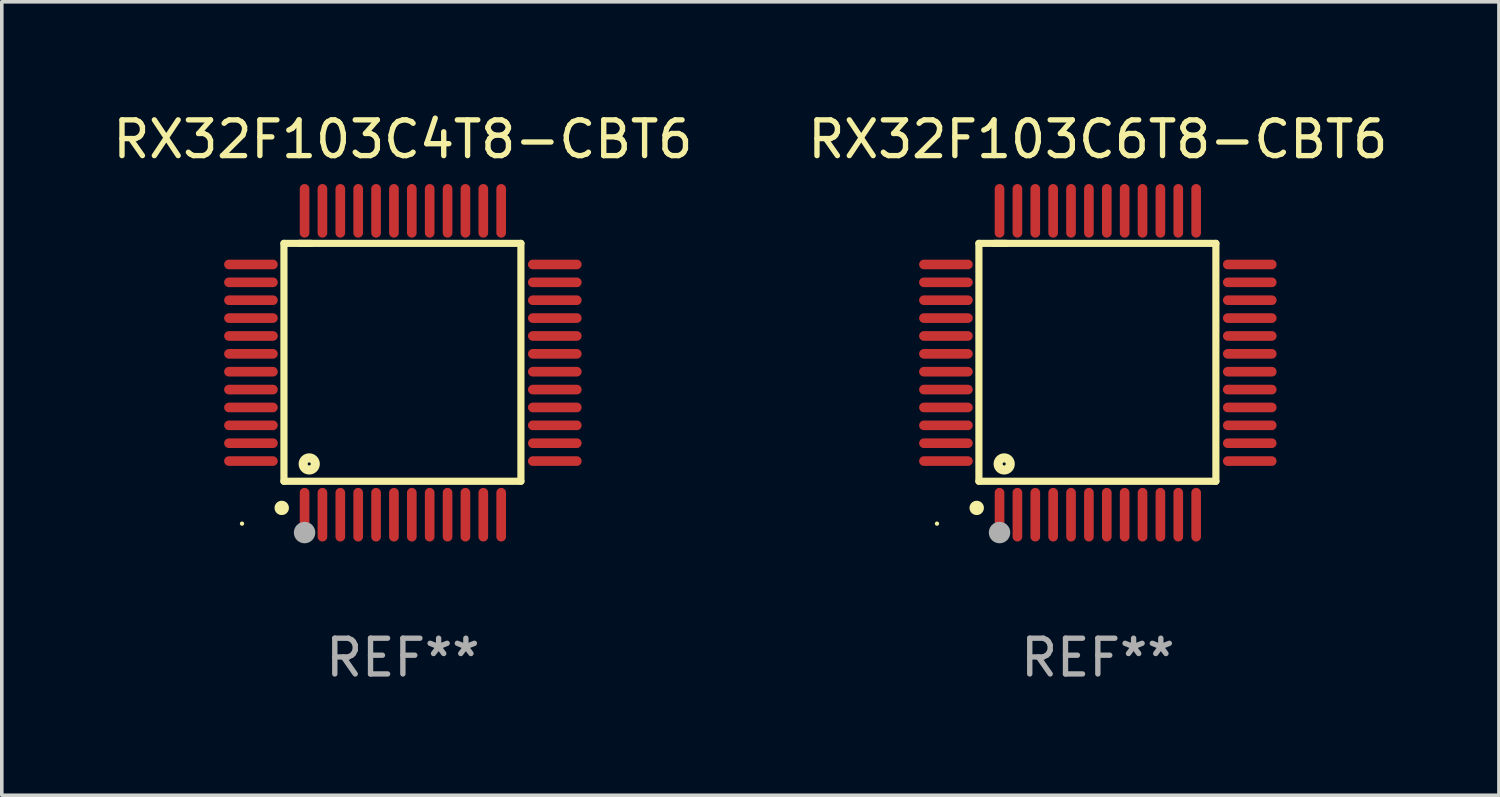
<source format=kicad_pcb>
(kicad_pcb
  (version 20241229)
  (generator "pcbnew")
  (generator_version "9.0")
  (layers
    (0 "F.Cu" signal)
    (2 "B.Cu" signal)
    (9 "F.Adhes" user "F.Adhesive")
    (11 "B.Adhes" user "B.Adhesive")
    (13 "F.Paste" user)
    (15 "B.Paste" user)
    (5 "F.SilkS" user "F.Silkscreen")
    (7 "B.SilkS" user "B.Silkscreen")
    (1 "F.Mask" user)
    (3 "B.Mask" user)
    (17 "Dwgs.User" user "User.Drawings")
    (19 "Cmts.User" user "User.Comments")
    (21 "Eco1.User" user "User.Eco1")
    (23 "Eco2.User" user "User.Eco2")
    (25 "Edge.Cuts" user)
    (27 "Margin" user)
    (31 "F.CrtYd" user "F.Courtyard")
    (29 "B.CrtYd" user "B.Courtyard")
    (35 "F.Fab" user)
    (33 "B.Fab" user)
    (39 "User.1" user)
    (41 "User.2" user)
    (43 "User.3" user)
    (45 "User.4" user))
  (footprint "RX32F103C4T8-CBT6"
    (layer "F.Cu")
    (at 8.22 7.098)
    (property "Reference" "RX32F103C4T8-CBT6" (at 0 -6.25 0) (layer "F.SilkS") (effects (font (size 1 1) (thickness 0.15))))
    (attr through_hole)
    (fp_line (start -3.327 -3.34) (end -2.565 -3.34) (stroke (width 0.2) (type solid)) (layer "F.SilkS"))
    (fp_line (start -3.327 3.315) (end -3.327 -3.34) (stroke (width 0.2) (type solid)) (layer "F.SilkS"))
    (fp_line (start -2.896 -3.34) (end 3.302 -3.34) (stroke (width 0.2) (type solid)) (layer "F.SilkS"))
    (fp_line (start 3.302 -3.34) (end 3.302 3.315) (stroke (width 0.2) (type solid)) (layer "F.SilkS"))
    (fp_line (start 3.302 3.315) (end -3.327 3.315) (stroke (width 0.2) (type solid)) (layer "F.SilkS"))
    (fp_arc (start -3.389992 4.059995) (mid -3.388722 4.059991) (end -3.387452 4.059995) (stroke (width 0.4) (type solid)) (layer "F.SilkS"))
    (fp_circle (center -4.5 4.5) (end -4.47 4.5) (stroke (width 0.06) (type solid)) (fill no) (layer "F.SilkS"))
    (fp_circle (center -2.62 2.83) (end -2.45 2.83) (stroke (width 0.254) (type solid)) (fill no) (layer "F.SilkS"))
    (fp_circle (center -2.75 4.75) (end -2.6 4.75) (stroke (width 0.3) (type solid)) (fill no) (layer "F.Fab"))
    (fp_text user "REF**" (at 0 8.25 0) (layer "F.Fab") (effects (font (size 1 1) (thickness 0.15))))
    (pad "1" smd oval (at -2.75 4.25) (size 0.27 1.5) (layers "F.Cu" "F.Mask" "F.Paste"))
    (pad "2" smd oval (at -2.25 4.25) (size 0.27 1.5) (layers "F.Cu" "F.Mask" "F.Paste"))
    (pad "3" smd oval (at -1.75 4.25) (size 0.27 1.5) (layers "F.Cu" "F.Mask" "F.Paste"))
    (pad "4" smd oval (at -1.25 4.25) (size 0.27 1.5) (layers "F.Cu" "F.Mask" "F.Paste"))
    (pad "5" smd oval (at -0.75 4.25) (size 0.27 1.5) (layers "F.Cu" "F.Mask" "F.Paste"))
    (pad "6" smd oval (at -0.25 4.25) (size 0.27 1.5) (layers "F.Cu" "F.Mask" "F.Paste"))
    (pad "7" smd oval (at 0.25 4.25) (size 0.27 1.5) (layers "F.Cu" "F.Mask" "F.Paste"))
    (pad "8" smd oval (at 0.75 4.25) (size 0.27 1.5) (layers "F.Cu" "F.Mask" "F.Paste"))
    (pad "9" smd oval (at 1.25 4.25) (size 0.27 1.5) (layers "F.Cu" "F.Mask" "F.Paste"))
    (pad "10" smd oval (at 1.75 4.25) (size 0.27 1.5) (layers "F.Cu" "F.Mask" "F.Paste"))
    (pad "11" smd oval (at 2.25 4.25) (size 0.27 1.5) (layers "F.Cu" "F.Mask" "F.Paste"))
    (pad "12" smd oval (at 2.75 4.25) (size 0.27 1.5) (layers "F.Cu" "F.Mask" "F.Paste"))
    (pad "13" smd oval (at 4.25 2.75) (size 1.5 0.27) (layers "F.Cu" "F.Mask" "F.Paste"))
    (pad "14" smd oval (at 4.25 2.25) (size 1.5 0.27) (layers "F.Cu" "F.Mask" "F.Paste"))
    (pad "15" smd oval (at 4.25 1.75) (size 1.5 0.27) (layers "F.Cu" "F.Mask" "F.Paste"))
    (pad "16" smd oval (at 4.25 1.25) (size 1.5 0.27) (layers "F.Cu" "F.Mask" "F.Paste"))
    (pad "17" smd oval (at 4.25 0.75) (size 1.5 0.27) (layers "F.Cu" "F.Mask" "F.Paste"))
    (pad "18" smd oval (at 4.25 0.25) (size 1.5 0.27) (layers "F.Cu" "F.Mask" "F.Paste"))
    (pad "19" smd oval (at 4.25 -0.25) (size 1.5 0.27) (layers "F.Cu" "F.Mask" "F.Paste"))
    (pad "20" smd oval (at 4.25 -0.75) (size 1.5 0.27) (layers "F.Cu" "F.Mask" "F.Paste"))
    (pad "21" smd oval (at 4.25 -1.25) (size 1.5 0.27) (layers "F.Cu" "F.Mask" "F.Paste"))
    (pad "22" smd oval (at 4.25 -1.75) (size 1.5 0.27) (layers "F.Cu" "F.Mask" "F.Paste"))
    (pad "23" smd oval (at 4.25 -2.25) (size 1.5 0.27) (layers "F.Cu" "F.Mask" "F.Paste"))
    (pad "24" smd oval (at 4.25 -2.75) (size 1.5 0.27) (layers "F.Cu" "F.Mask" "F.Paste"))
    (pad "25" smd oval (at 2.75 -4.25) (size 0.27 1.5) (layers "F.Cu" "F.Mask" "F.Paste"))
    (pad "26" smd oval (at 2.25 -4.25) (size 0.27 1.5) (layers "F.Cu" "F.Mask" "F.Paste"))
    (pad "27" smd oval (at 1.75 -4.25) (size 0.27 1.5) (layers "F.Cu" "F.Mask" "F.Paste"))
    (pad "28" smd oval (at 1.25 -4.25) (size 0.27 1.5) (layers "F.Cu" "F.Mask" "F.Paste"))
    (pad "29" smd oval (at 0.75 -4.25) (size 0.27 1.5) (layers "F.Cu" "F.Mask" "F.Paste"))
    (pad "30" smd oval (at 0.25 -4.25) (size 0.27 1.5) (layers "F.Cu" "F.Mask" "F.Paste"))
    (pad "31" smd oval (at -0.25 -4.25) (size 0.27 1.5) (layers "F.Cu" "F.Mask" "F.Paste"))
    (pad "32" smd oval (at -0.75 -4.25) (size 0.27 1.5) (layers "F.Cu" "F.Mask" "F.Paste"))
    (pad "33" smd oval (at -1.25 -4.25) (size 0.27 1.5) (layers "F.Cu" "F.Mask" "F.Paste"))
    (pad "34" smd oval (at -1.75 -4.25) (size 0.27 1.5) (layers "F.Cu" "F.Mask" "F.Paste"))
    (pad "35" smd oval (at -2.25 -4.25) (size 0.27 1.5) (layers "F.Cu" "F.Mask" "F.Paste"))
    (pad "36" smd oval (at -2.75 -4.25) (size 0.27 1.5) (layers "F.Cu" "F.Mask" "F.Paste"))
    (pad "37" smd oval (at -4.25 -2.75) (size 1.5 0.27) (layers "F.Cu" "F.Mask" "F.Paste"))
    (pad "38" smd oval (at -4.25 -2.25) (size 1.5 0.27) (layers "F.Cu" "F.Mask" "F.Paste"))
    (pad "39" smd oval (at -4.25 -1.75) (size 1.5 0.27) (layers "F.Cu" "F.Mask" "F.Paste"))
    (pad "40" smd oval (at -4.25 -1.25) (size 1.5 0.27) (layers "F.Cu" "F.Mask" "F.Paste"))
    (pad "41" smd oval (at -4.25 -0.75) (size 1.5 0.27) (layers "F.Cu" "F.Mask" "F.Paste"))
    (pad "42" smd oval (at -4.25 -0.25) (size 1.5 0.27) (layers "F.Cu" "F.Mask" "F.Paste"))
    (pad "43" smd oval (at -4.25 0.25) (size 1.5 0.27) (layers "F.Cu" "F.Mask" "F.Paste"))
    (pad "44" smd oval (at -4.25 0.75) (size 1.5 0.27) (layers "F.Cu" "F.Mask" "F.Paste"))
    (pad "45" smd oval (at -4.25 1.25) (size 1.5 0.27) (layers "F.Cu" "F.Mask" "F.Paste"))
    (pad "46" smd oval (at -4.25 1.75) (size 1.5 0.27) (layers "F.Cu" "F.Mask" "F.Paste"))
    (pad "47" smd oval (at -4.25 2.25) (size 1.5 0.27) (layers "F.Cu" "F.Mask" "F.Paste"))
    (pad "48" smd oval (at -4.25 2.75) (size 1.5 0.27) (layers "F.Cu" "F.Mask" "F.Paste")))
  (footprint "RX32F103C6T8-CBT6"
    (layer "F.Cu")
    (at 27.661 7.098)
    (property "Reference" "RX32F103C6T8-CBT6" (at 0 -6.25 0) (layer "F.SilkS") (effects (font (size 1 1) (thickness 0.15))))
    (attr through_hole)
    (fp_line (start -3.327 -3.34) (end -2.565 -3.34) (stroke (width 0.2) (type solid)) (layer "F.SilkS"))
    (fp_line (start -3.327 3.315) (end -3.327 -3.34) (stroke (width 0.2) (type solid)) (layer "F.SilkS"))
    (fp_line (start -2.896 -3.34) (end 3.302 -3.34) (stroke (width 0.2) (type solid)) (layer "F.SilkS"))
    (fp_line (start 3.302 -3.34) (end 3.302 3.315) (stroke (width 0.2) (type solid)) (layer "F.SilkS"))
    (fp_line (start 3.302 3.315) (end -3.327 3.315) (stroke (width 0.2) (type solid)) (layer "F.SilkS"))
    (fp_arc (start -3.389992 4.059995) (mid -3.388722 4.059991) (end -3.387452 4.059995) (stroke (width 0.4) (type solid)) (layer "F.SilkS"))
    (fp_circle (center -4.5 4.5) (end -4.47 4.5) (stroke (width 0.06) (type solid)) (fill no) (layer "F.SilkS"))
    (fp_circle (center -2.62 2.83) (end -2.45 2.83) (stroke (width 0.254) (type solid)) (fill no) (layer "F.SilkS"))
    (fp_circle (center -2.75 4.75) (end -2.6 4.75) (stroke (width 0.3) (type solid)) (fill no) (layer "F.Fab"))
    (fp_text user "REF**" (at 0 8.25 0) (layer "F.Fab") (effects (font (size 1 1) (thickness 0.15))))
    (pad "1" smd oval (at -2.75 4.25) (size 0.27 1.5) (layers "F.Cu" "F.Mask" "F.Paste"))
    (pad "2" smd oval (at -2.25 4.25) (size 0.27 1.5) (layers "F.Cu" "F.Mask" "F.Paste"))
    (pad "3" smd oval (at -1.75 4.25) (size 0.27 1.5) (layers "F.Cu" "F.Mask" "F.Paste"))
    (pad "4" smd oval (at -1.25 4.25) (size 0.27 1.5) (layers "F.Cu" "F.Mask" "F.Paste"))
    (pad "5" smd oval (at -0.75 4.25) (size 0.27 1.5) (layers "F.Cu" "F.Mask" "F.Paste"))
    (pad "6" smd oval (at -0.25 4.25) (size 0.27 1.5) (layers "F.Cu" "F.Mask" "F.Paste"))
    (pad "7" smd oval (at 0.25 4.25) (size 0.27 1.5) (layers "F.Cu" "F.Mask" "F.Paste"))
    (pad "8" smd oval (at 0.75 4.25) (size 0.27 1.5) (layers "F.Cu" "F.Mask" "F.Paste"))
    (pad "9" smd oval (at 1.25 4.25) (size 0.27 1.5) (layers "F.Cu" "F.Mask" "F.Paste"))
    (pad "10" smd oval (at 1.75 4.25) (size 0.27 1.5) (layers "F.Cu" "F.Mask" "F.Paste"))
    (pad "11" smd oval (at 2.25 4.25) (size 0.27 1.5) (layers "F.Cu" "F.Mask" "F.Paste"))
    (pad "12" smd oval (at 2.75 4.25) (size 0.27 1.5) (layers "F.Cu" "F.Mask" "F.Paste"))
    (pad "13" smd oval (at 4.25 2.75) (size 1.5 0.27) (layers "F.Cu" "F.Mask" "F.Paste"))
    (pad "14" smd oval (at 4.25 2.25) (size 1.5 0.27) (layers "F.Cu" "F.Mask" "F.Paste"))
    (pad "15" smd oval (at 4.25 1.75) (size 1.5 0.27) (layers "F.Cu" "F.Mask" "F.Paste"))
    (pad "16" smd oval (at 4.25 1.25) (size 1.5 0.27) (layers "F.Cu" "F.Mask" "F.Paste"))
    (pad "17" smd oval (at 4.25 0.75) (size 1.5 0.27) (layers "F.Cu" "F.Mask" "F.Paste"))
    (pad "18" smd oval (at 4.25 0.25) (size 1.5 0.27) (layers "F.Cu" "F.Mask" "F.Paste"))
    (pad "19" smd oval (at 4.25 -0.25) (size 1.5 0.27) (layers "F.Cu" "F.Mask" "F.Paste"))
    (pad "20" smd oval (at 4.25 -0.75) (size 1.5 0.27) (layers "F.Cu" "F.Mask" "F.Paste"))
    (pad "21" smd oval (at 4.25 -1.25) (size 1.5 0.27) (layers "F.Cu" "F.Mask" "F.Paste"))
    (pad "22" smd oval (at 4.25 -1.75) (size 1.5 0.27) (layers "F.Cu" "F.Mask" "F.Paste"))
    (pad "23" smd oval (at 4.25 -2.25) (size 1.5 0.27) (layers "F.Cu" "F.Mask" "F.Paste"))
    (pad "24" smd oval (at 4.25 -2.75) (size 1.5 0.27) (layers "F.Cu" "F.Mask" "F.Paste"))
    (pad "25" smd oval (at 2.75 -4.25) (size 0.27 1.5) (layers "F.Cu" "F.Mask" "F.Paste"))
    (pad "26" smd oval (at 2.25 -4.25) (size 0.27 1.5) (layers "F.Cu" "F.Mask" "F.Paste"))
    (pad "27" smd oval (at 1.75 -4.25) (size 0.27 1.5) (layers "F.Cu" "F.Mask" "F.Paste"))
    (pad "28" smd oval (at 1.25 -4.25) (size 0.27 1.5) (layers "F.Cu" "F.Mask" "F.Paste"))
    (pad "29" smd oval (at 0.75 -4.25) (size 0.27 1.5) (layers "F.Cu" "F.Mask" "F.Paste"))
    (pad "30" smd oval (at 0.25 -4.25) (size 0.27 1.5) (layers "F.Cu" "F.Mask" "F.Paste"))
    (pad "31" smd oval (at -0.25 -4.25) (size 0.27 1.5) (layers "F.Cu" "F.Mask" "F.Paste"))
    (pad "32" smd oval (at -0.75 -4.25) (size 0.27 1.5) (layers "F.Cu" "F.Mask" "F.Paste"))
    (pad "33" smd oval (at -1.25 -4.25) (size 0.27 1.5) (layers "F.Cu" "F.Mask" "F.Paste"))
    (pad "34" smd oval (at -1.75 -4.25) (size 0.27 1.5) (layers "F.Cu" "F.Mask" "F.Paste"))
    (pad "35" smd oval (at -2.25 -4.25) (size 0.27 1.5) (layers "F.Cu" "F.Mask" "F.Paste"))
    (pad "36" smd oval (at -2.75 -4.25) (size 0.27 1.5) (layers "F.Cu" "F.Mask" "F.Paste"))
    (pad "37" smd oval (at -4.25 -2.75) (size 1.5 0.27) (layers "F.Cu" "F.Mask" "F.Paste"))
    (pad "38" smd oval (at -4.25 -2.25) (size 1.5 0.27) (layers "F.Cu" "F.Mask" "F.Paste"))
    (pad "39" smd oval (at -4.25 -1.75) (size 1.5 0.27) (layers "F.Cu" "F.Mask" "F.Paste"))
    (pad "40" smd oval (at -4.25 -1.25) (size 1.5 0.27) (layers "F.Cu" "F.Mask" "F.Paste"))
    (pad "41" smd oval (at -4.25 -0.75) (size 1.5 0.27) (layers "F.Cu" "F.Mask" "F.Paste"))
    (pad "42" smd oval (at -4.25 -0.25) (size 1.5 0.27) (layers "F.Cu" "F.Mask" "F.Paste"))
    (pad "43" smd oval (at -4.25 0.25) (size 1.5 0.27) (layers "F.Cu" "F.Mask" "F.Paste"))
    (pad "44" smd oval (at -4.25 0.75) (size 1.5 0.27) (layers "F.Cu" "F.Mask" "F.Paste"))
    (pad "45" smd oval (at -4.25 1.25) (size 1.5 0.27) (layers "F.Cu" "F.Mask" "F.Paste"))
    (pad "46" smd oval (at -4.25 1.75) (size 1.5 0.27) (layers "F.Cu" "F.Mask" "F.Paste"))
    (pad "47" smd oval (at -4.25 2.25) (size 1.5 0.27) (layers "F.Cu" "F.Mask" "F.Paste"))
    (pad "48" smd oval (at -4.25 2.75) (size 1.5 0.27) (layers "F.Cu" "F.Mask" "F.Paste")))
  (gr_rect
    (start -3 -3)
    (end 38.881 19.196)
    (stroke (width 0.1) (type default))
    (fill no)
    (layer "Edge.Cuts")))
</source>
